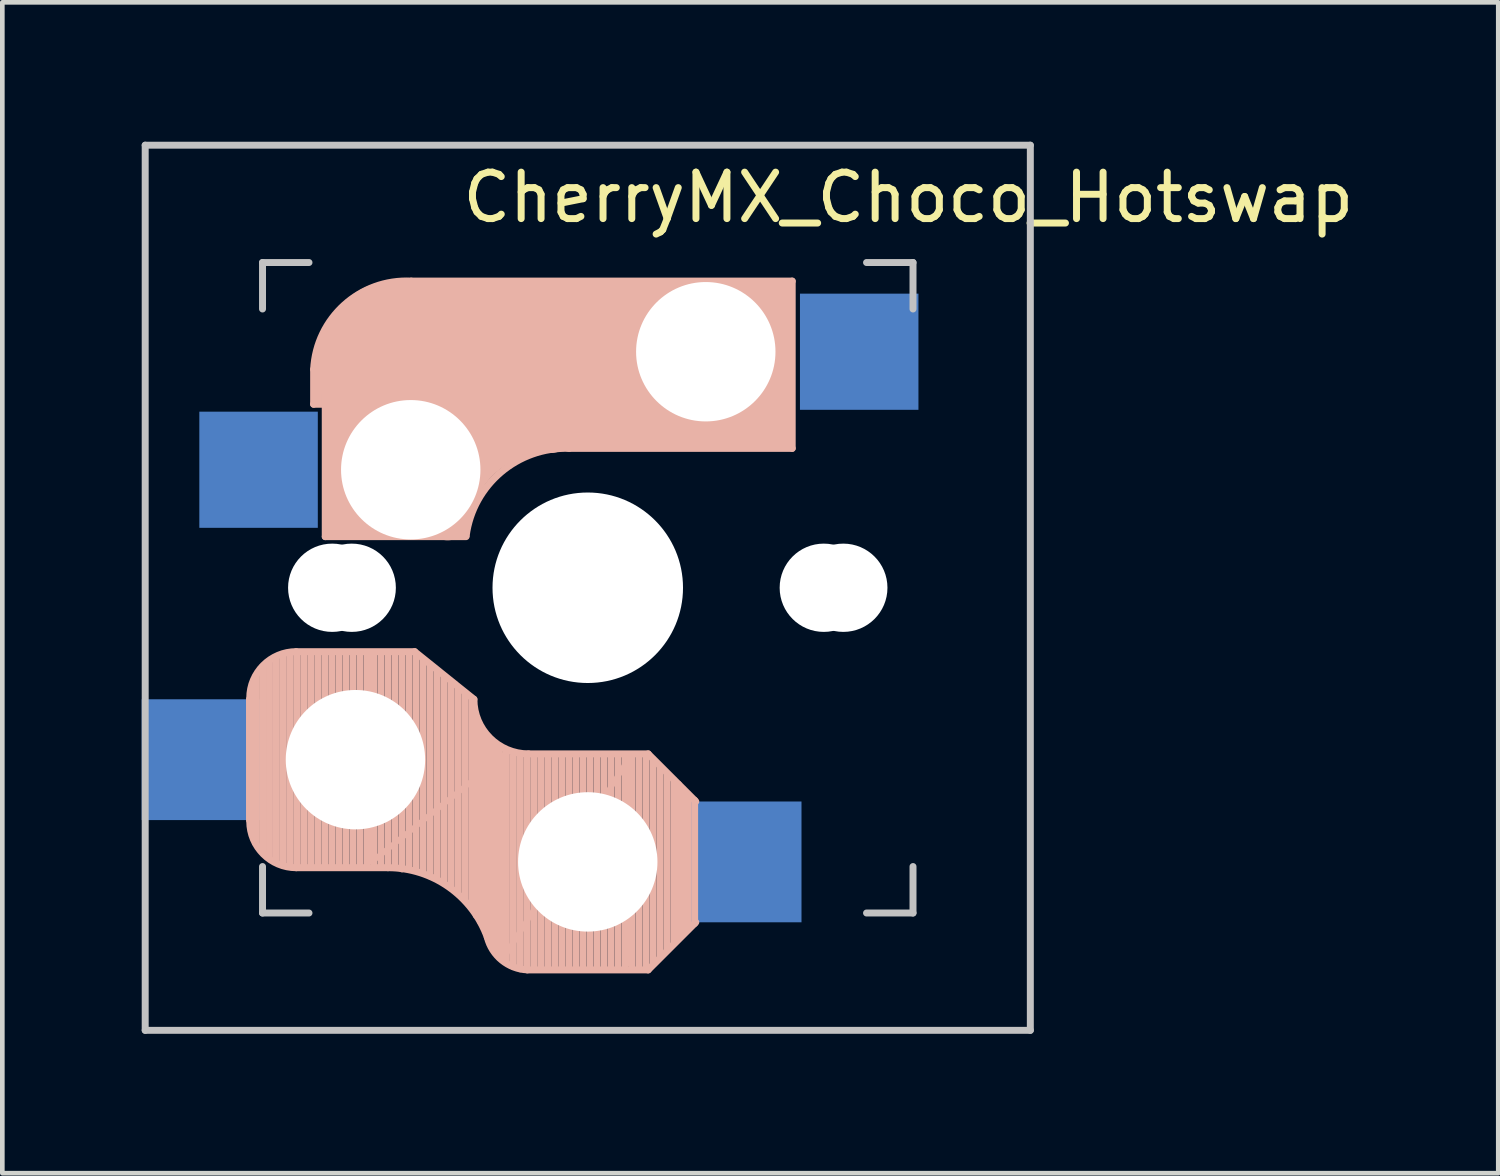
<source format=kicad_pcb>
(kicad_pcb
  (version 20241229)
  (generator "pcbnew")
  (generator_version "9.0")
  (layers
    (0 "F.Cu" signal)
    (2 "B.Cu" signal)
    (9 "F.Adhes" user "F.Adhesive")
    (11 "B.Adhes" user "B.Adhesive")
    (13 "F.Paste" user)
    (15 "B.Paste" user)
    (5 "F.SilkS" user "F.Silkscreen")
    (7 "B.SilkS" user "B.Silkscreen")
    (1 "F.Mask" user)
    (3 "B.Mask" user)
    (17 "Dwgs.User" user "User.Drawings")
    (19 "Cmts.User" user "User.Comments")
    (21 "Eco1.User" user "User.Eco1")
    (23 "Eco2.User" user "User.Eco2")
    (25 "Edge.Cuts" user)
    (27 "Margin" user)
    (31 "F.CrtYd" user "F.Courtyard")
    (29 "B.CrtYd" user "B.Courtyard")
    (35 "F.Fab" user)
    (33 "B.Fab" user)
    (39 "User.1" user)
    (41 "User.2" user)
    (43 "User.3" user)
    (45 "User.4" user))
  (footprint "CherryMX_Choco_Hotswap"
    (layer "F.Cu")
    (at 9.6 9.6)
    (property "Reference" "CherryMX_Choco_Hotswap" (at 6.9 -8.4 0) (layer "F.SilkS") (effects (font (size 1 1) (thickness 0.15))))
    (attr through_hole)
    (fp_line (start -7.28 2.4) (end -7.28 5) (stroke (width 0.15) (type solid)) (layer "B.SilkS"))
    (fp_line (start -7.15 5.49) (end -7.15 1.92) (stroke (width 0.15) (type solid)) (layer "B.SilkS"))
    (fp_line (start -7 5.68) (end -7 1.7) (stroke (width 0.15) (type solid)) (layer "B.SilkS"))
    (fp_line (start -6.85 5.81) (end -6.85 1.58) (stroke (width 0.15) (type solid)) (layer "B.SilkS"))
    (fp_line (start -6.7 5.89) (end -6.7 1.49) (stroke (width 0.15) (type solid)) (layer "B.SilkS"))
    (fp_line (start -6.55 5.96) (end -6.55 1.44) (stroke (width 0.15) (type solid)) (layer "B.SilkS"))
    (fp_line (start -6.4 5.98) (end -6.4 1.4) (stroke (width 0.15) (type solid)) (layer "B.SilkS"))
    (fp_line (start -6.25 6) (end -6.25 1.4) (stroke (width 0.15) (type solid)) (layer "B.SilkS"))
    (fp_line (start -6.1 6) (end -6.1 1.4) (stroke (width 0.15) (type solid)) (layer "B.SilkS"))
    (fp_line (start -5.95 6) (end -5.95 1.4) (stroke (width 0.15) (type solid)) (layer "B.SilkS"))
    (fp_line (start -5.9 -4.7) (end -5.9 -3.95) (stroke (width 0.15) (type solid)) (layer "B.SilkS"))
    (fp_line (start -5.9 -3.95) (end -5.7 -3.95) (stroke (width 0.15) (type solid)) (layer "B.SilkS"))
    (fp_line (start -5.8 -4.05) (end -5.8 -4.7) (stroke (width 0.3) (type solid)) (layer "B.SilkS"))
    (fp_line (start -5.8 6) (end -5.8 1.4) (stroke (width 0.15) (type solid)) (layer "B.SilkS"))
    (fp_line (start -5.65 -5.55) (end -5.65 -1.1) (stroke (width 0.15) (type solid)) (layer "B.SilkS"))
    (fp_line (start -5.65 -1.1) (end -2.62 -1.1) (stroke (width 0.15) (type solid)) (layer "B.SilkS"))
    (fp_line (start -5.65 6) (end -5.65 1.4) (stroke (width 0.15) (type solid)) (layer "B.SilkS"))
    (fp_line (start -5.5 6) (end -5.5 1.4) (stroke (width 0.15) (type solid)) (layer "B.SilkS"))
    (fp_line (start -5.45 -1.3) (end -3 -1.3) (stroke (width 0.5) (type solid)) (layer "B.SilkS"))
    (fp_line (start -5.35 6) (end -5.35 1.4) (stroke (width 0.15) (type solid)) (layer "B.SilkS"))
    (fp_line (start -5.3 -1.6) (end -5.3 -3.4) (stroke (width 0.8) (type solid)) (layer "B.SilkS"))
    (fp_line (start -5.2 6) (end -5.2 1.4) (stroke (width 0.15) (type solid)) (layer "B.SilkS"))
    (fp_line (start -5.05 6) (end -5.05 1.4) (stroke (width 0.15) (type solid)) (layer "B.SilkS"))
    (fp_line (start -4.9 6) (end -4.9 1.4) (stroke (width 0.15) (type solid)) (layer "B.SilkS"))
    (fp_line (start -4.75 6) (end -4.75 1.4) (stroke (width 0.15) (type solid)) (layer "B.SilkS"))
    (fp_line (start -4.65 5.9) (end -4.65 1.4) (stroke (width 0.12) (type solid)) (layer "B.SilkS"))
    (fp_line (start -4.6 6) (end -4.6 1.4) (stroke (width 0.15) (type solid)) (layer "B.SilkS"))
    (fp_line (start -4.45 6) (end -4.45 1.4) (stroke (width 0.15) (type solid)) (layer "B.SilkS"))
    (fp_line (start -4.3 6) (end -4.3 1.4) (stroke (width 0.15) (type solid)) (layer "B.SilkS"))
    (fp_line (start -4.3 6.025) (end -6.275 6.025) (stroke (width 0.15) (type solid)) (layer "B.SilkS"))
    (fp_line (start -4.17 -5.1) (end -4.17 -2.86) (stroke (width 3) (type solid)) (layer "B.SilkS"))
    (fp_line (start -4.15 6) (end -4.15 1.45) (stroke (width 0.15) (type solid)) (layer "B.SilkS"))
    (fp_line (start -4 6.05) (end -4 1.4) (stroke (width 0.15) (type solid)) (layer "B.SilkS"))
    (fp_line (start -3.85 6.05) (end -3.85 1.4) (stroke (width 0.15) (type solid)) (layer "B.SilkS"))
    (fp_line (start -3.725 1.375) (end -6.275 1.375) (stroke (width 0.15) (type solid)) (layer "B.SilkS"))
    (fp_line (start -3.725 1.375) (end -2.45 2.4) (stroke (width 0.15) (type solid)) (layer "B.SilkS"))
    (fp_line (start -3.7 6.05) (end -3.7 1.45) (stroke (width 0.15) (type solid)) (layer "B.SilkS"))
    (fp_line (start -3.55 6.1) (end -3.55 1.55) (stroke (width 0.15) (type solid)) (layer "B.SilkS"))
    (fp_line (start -3.4 6.2) (end -3.4 1.65) (stroke (width 0.15) (type solid)) (layer "B.SilkS"))
    (fp_line (start -3.25 6.25) (end -3.25 1.8) (stroke (width 0.15) (type solid)) (layer "B.SilkS"))
    (fp_line (start -3.1 6.35) (end -3.1 1.9) (stroke (width 0.15) (type solid)) (layer "B.SilkS"))
    (fp_line (start -2.95 6.45) (end -2.95 2.05) (stroke (width 0.15) (type solid)) (layer "B.SilkS"))
    (fp_line (start -2.8 6.55) (end -2.8 2.15) (stroke (width 0.15) (type solid)) (layer "B.SilkS"))
    (fp_line (start -2.65 6.7) (end -2.65 2.25) (stroke (width 0.15) (type solid)) (layer "B.SilkS"))
    (fp_line (start -2.5 6.85) (end -2.5 2.4) (stroke (width 0.15) (type solid)) (layer "B.SilkS"))
    (fp_line (start -2.4 7.05) (end -2.4 2.9) (stroke (width 0.15) (type solid)) (layer "B.SilkS"))
    (fp_line (start -2.3 7.2) (end -2.3 3.05) (stroke (width 0.15) (type solid)) (layer "B.SilkS"))
    (fp_line (start -2.2 7.4) (end -2.2 3.25) (stroke (width 0.15) (type solid)) (layer "B.SilkS"))
    (fp_line (start -2.1 7.55) (end -2.1 3.35) (stroke (width 0.15) (type solid)) (layer "B.SilkS"))
    (fp_line (start -2 7.8) (end -2 3.4) (stroke (width 0.15) (type solid)) (layer "B.SilkS"))
    (fp_line (start -1.9 7.95) (end -1.9 3.45) (stroke (width 0.15) (type solid)) (layer "B.SilkS"))
    (fp_line (start -1.8 3.6) (end -4.65 5.9) (stroke (width 0.12) (type solid)) (layer "B.SilkS"))
    (fp_line (start -1.8 7.95) (end -1.8 3.6) (stroke (width 0.12) (type solid)) (layer "B.SilkS"))
    (fp_line (start -1.75 8.05) (end -1.75 3.5) (stroke (width 0.15) (type solid)) (layer "B.SilkS"))
    (fp_line (start -1.6 8.15) (end -1.6 3.6) (stroke (width 0.15) (type solid)) (layer "B.SilkS"))
    (fp_line (start -1.45 8.2) (end -1.45 3.6) (stroke (width 0.15) (type solid)) (layer "B.SilkS"))
    (fp_line (start -1.3 8.2) (end -1.3 3.6) (stroke (width 0.15) (type solid)) (layer "B.SilkS"))
    (fp_line (start -1.15 8.2) (end -1.15 3.65) (stroke (width 0.15) (type solid)) (layer "B.SilkS"))
    (fp_line (start -1 8.2) (end -1 3.6) (stroke (width 0.15) (type solid)) (layer "B.SilkS"))
    (fp_line (start -0.85 8.2) (end -0.85 3.6) (stroke (width 0.15) (type solid)) (layer "B.SilkS"))
    (fp_line (start -0.7 8.2) (end -0.7 3.6) (stroke (width 0.15) (type solid)) (layer "B.SilkS"))
    (fp_line (start -0.55 8.2) (end -0.55 3.6) (stroke (width 0.15) (type solid)) (layer "B.SilkS"))
    (fp_line (start -0.4 -3) (end 4.4 -3) (stroke (width 0.15) (type solid)) (layer "B.SilkS"))
    (fp_line (start -0.4 8.2) (end -0.4 3.6) (stroke (width 0.15) (type solid)) (layer "B.SilkS"))
    (fp_line (start -0.25 8.2) (end -0.25 3.6) (stroke (width 0.15) (type solid)) (layer "B.SilkS"))
    (fp_line (start -0.1 8.2) (end -0.1 3.6) (stroke (width 0.15) (type solid)) (layer "B.SilkS"))
    (fp_line (start 0.05 8.2) (end 0.05 3.6) (stroke (width 0.15) (type solid)) (layer "B.SilkS"))
    (fp_line (start 0.2 8.2) (end 0.2 3.6) (stroke (width 0.15) (type solid)) (layer "B.SilkS"))
    (fp_line (start 0.35 8.2) (end 0.35 3.6) (stroke (width 0.15) (type solid)) (layer "B.SilkS"))
    (fp_line (start 0.5 8.2) (end 0.5 3.6) (stroke (width 0.15) (type solid)) (layer "B.SilkS"))
    (fp_line (start 0.65 8.2) (end 0.65 3.6) (stroke (width 0.15) (type solid)) (layer "B.SilkS"))
    (fp_line (start 0.8 8.2) (end 0.8 3.6) (stroke (width 0.15) (type solid)) (layer "B.SilkS"))
    (fp_line (start 0.9 3.65) (end -1.8 7.95) (stroke (width 0.12) (type solid)) (layer "B.SilkS"))
    (fp_line (start 0.9 8.1) (end 0.9 3.65) (stroke (width 0.12) (type solid)) (layer "B.SilkS"))
    (fp_line (start 0.95 8.2) (end 0.95 3.6) (stroke (width 0.15) (type solid)) (layer "B.SilkS"))
    (fp_line (start 1.1 8.2) (end 1.1 3.6) (stroke (width 0.15) (type solid)) (layer "B.SilkS"))
    (fp_line (start 1.25 8.2) (end 1.25 3.6) (stroke (width 0.15) (type solid)) (layer "B.SilkS"))
    (fp_line (start 1.3 3.575) (end -1.275 3.575) (stroke (width 0.15) (type solid)) (layer "B.SilkS"))
    (fp_line (start 1.3 3.575) (end 2.325 4.6) (stroke (width 0.15) (type solid)) (layer "B.SilkS"))
    (fp_line (start 1.3 8.225) (end -1.3 8.225) (stroke (width 0.15) (type solid)) (layer "B.SilkS"))
    (fp_line (start 1.4 8.09) (end 1.4 3.69) (stroke (width 0.15) (type solid)) (layer "B.SilkS"))
    (fp_line (start 1.55 7.93) (end 1.55 3.85) (stroke (width 0.15) (type solid)) (layer "B.SilkS"))
    (fp_line (start 1.7 7.8) (end 1.7 4) (stroke (width 0.15) (type solid)) (layer "B.SilkS"))
    (fp_line (start 1.85 7.64) (end 1.85 4.14) (stroke (width 0.15) (type solid)) (layer "B.SilkS"))
    (fp_line (start 1.95 7.54) (end 1.95 4.23) (stroke (width 0.15) (type solid)) (layer "B.SilkS"))
    (fp_line (start 2.05 7.44) (end 2.05 4.34) (stroke (width 0.15) (type solid)) (layer "B.SilkS"))
    (fp_line (start 2.15 7.36) (end 2.15 4.44) (stroke (width 0.15) (type solid)) (layer "B.SilkS"))
    (fp_line (start 2.3 4.575) (end 2.3 7.225) (stroke (width 0.15) (type solid)) (layer "B.SilkS"))
    (fp_line (start 2.325 7.2) (end 1.3 8.225) (stroke (width 0.15) (type solid)) (layer "B.SilkS"))
    (fp_line (start 2.6 -4.8) (end -4.1 -4.8) (stroke (width 3.5) (type solid)) (layer "B.SilkS"))
    (fp_line (start 3.9 -6) (end 3.9 -3.5) (stroke (width 1) (type solid)) (layer "B.SilkS"))
    (fp_line (start 4.2 -3.25) (end 2.9 -3.3) (stroke (width 0.5) (type solid)) (layer "B.SilkS"))
    (fp_line (start 4.25 -6.4) (end 3 -6.4) (stroke (width 0.4) (type solid)) (layer "B.SilkS"))
    (fp_line (start 4.38 -4) (end 4.38 -6.25) (stroke (width 0.15) (type solid)) (layer "B.SilkS"))
    (fp_line (start 4.4 -6.6) (end -3.8 -6.6) (stroke (width 0.15) (type solid)) (layer "B.SilkS"))
    (fp_line (start 4.4 -3) (end 4.4 -6.6) (stroke (width 0.15) (type solid)) (layer "B.SilkS"))
    (fp_arc (start -7.275 2.375) (mid -6.982107 1.667893) (end -6.275 1.375) (stroke (width 0.15) (type solid)) (layer "B.SilkS"))
    (fp_arc (start -6.275 6.025) (mid -6.982107 5.732107) (end -7.275 5.025) (stroke (width 0.15) (type solid)) (layer "B.SilkS"))
    (fp_arc (start -5.9 -4.699999) (mid -5.243504 -6.084924) (end -3.800001 -6.6) (stroke (width 0.15) (type solid)) (layer "B.SilkS"))
    (fp_arc (start -4.3 6.025) (mid -2.995114 6.436429) (end -2.162199 7.521904) (stroke (width 0.15) (type solid)) (layer "B.SilkS"))
    (fp_arc (start -3.016318 -1.521471) (mid -2.268709 -2.886118) (end -0.8 -3.4) (stroke (width 1) (type solid)) (layer "B.SilkS"))
    (fp_arc (start -2.616318 -1.121471) (mid -1.868709 -2.486118) (end -0.4 -3) (stroke (width 0.15) (type solid)) (layer "B.SilkS"))
    (fp_arc (start -1.300995 8.223791) (mid -1.848284 8.016021) (end -2.162199 7.521904) (stroke (width 0.15) (type solid)) (layer "B.SilkS"))
    (fp_arc (start -1.275 3.575) (mid -2.10585 3.23085) (end -2.45 2.4) (stroke (width 0.15) (type solid)) (layer "B.SilkS"))
    (fp_line (start -9.525 -9.525) (end 9.525 -9.525) (stroke (width 0.15) (type solid)) (layer "Dwgs.User"))
    (fp_line (start -9.525 9.525) (end -9.525 -9.525) (stroke (width 0.15) (type solid)) (layer "Dwgs.User"))
    (fp_line (start -7 -7) (end -6 -7) (stroke (width 0.15) (type solid)) (layer "Dwgs.User"))
    (fp_line (start -7 -6) (end -7 -7) (stroke (width 0.15) (type solid)) (layer "Dwgs.User"))
    (fp_line (start -7 6) (end -7 7) (stroke (width 0.15) (type solid)) (layer "Dwgs.User"))
    (fp_line (start -7 7) (end -6 7) (stroke (width 0.15) (type solid)) (layer "Dwgs.User"))
    (fp_line (start 6 7) (end 7 7) (stroke (width 0.15) (type solid)) (layer "Dwgs.User"))
    (fp_line (start 7 -7) (end 6 -7) (stroke (width 0.15) (type solid)) (layer "Dwgs.User"))
    (fp_line (start 7 -7) (end 7 -6) (stroke (width 0.15) (type solid)) (layer "Dwgs.User"))
    (fp_line (start 7 7) (end 7 6) (stroke (width 0.15) (type solid)) (layer "Dwgs.User"))
    (fp_line (start 9.525 -9.525) (end 9.525 9.525) (stroke (width 0.15) (type solid)) (layer "Dwgs.User"))
    (fp_line (start 9.525 9.525) (end -9.525 9.525) (stroke (width 0.15) (type solid)) (layer "Dwgs.User"))
    (pad "" np_thru_hole circle (at -5.5 0 90) (size 1.9 1.9) (drill 1.9) (layers "*.Cu"))
    (pad "" np_thru_hole circle (at -5.08 0) (size 1.9 1.9) (drill 1.9) (layers "*.Cu" "*.Mask"))
    (pad "" np_thru_hole circle (at -5 3.7 90) (size 3 3) (drill 3) (layers "*.Cu" "*.Mask"))
    (pad "" np_thru_hole circle (at -3.81 -2.54) (size 3 3) (drill 3) (layers "*.Cu" "*.Mask"))
    (pad "" np_thru_hole circle (at 0 0 90) (size 4.1 4.1) (drill 4.1) (layers "*.Cu"))
    (pad "" np_thru_hole circle (at 0 5.9 90) (size 3 3) (drill 3) (layers "*.Cu" "*.Mask"))
    (pad "" np_thru_hole circle (at 2.54 -5.08) (size 3 3) (drill 3) (layers "*.Cu" "*.Mask"))
    (pad "" np_thru_hole circle (at 5.08 0) (size 1.9 1.9) (drill 1.9) (layers "*.Cu" "*.Mask"))
    (pad "" np_thru_hole circle (at 5.5 0 90) (size 1.9 1.9) (drill 1.9) (layers "*.Cu"))
    (pad "1" smd rect (at -8.3 3.7 180) (size 2.6 2.6) (layers "B.Cu" "B.Mask" "B.Paste"))
    (pad "1" smd rect (at -7.085 -2.54 180) (size 2.55 2.5) (layers "B.Cu" "B.Mask" "B.Paste"))
    (pad "2" smd rect (at 3.3 5.9 180) (size 2.6 2.6) (layers "B.Cu" "B.Mask" "B.Paste"))
    (pad "2" smd rect (at 5.842 -5.08 180) (size 2.55 2.5) (layers "B.Cu" "B.Mask" "B.Paste")))
  (gr_rect
    (start -3 -3)
    (end 29.196 22.2)
    (stroke (width 0.1) (type default))
    (fill no)
    (layer "Edge.Cuts")))
</source>
